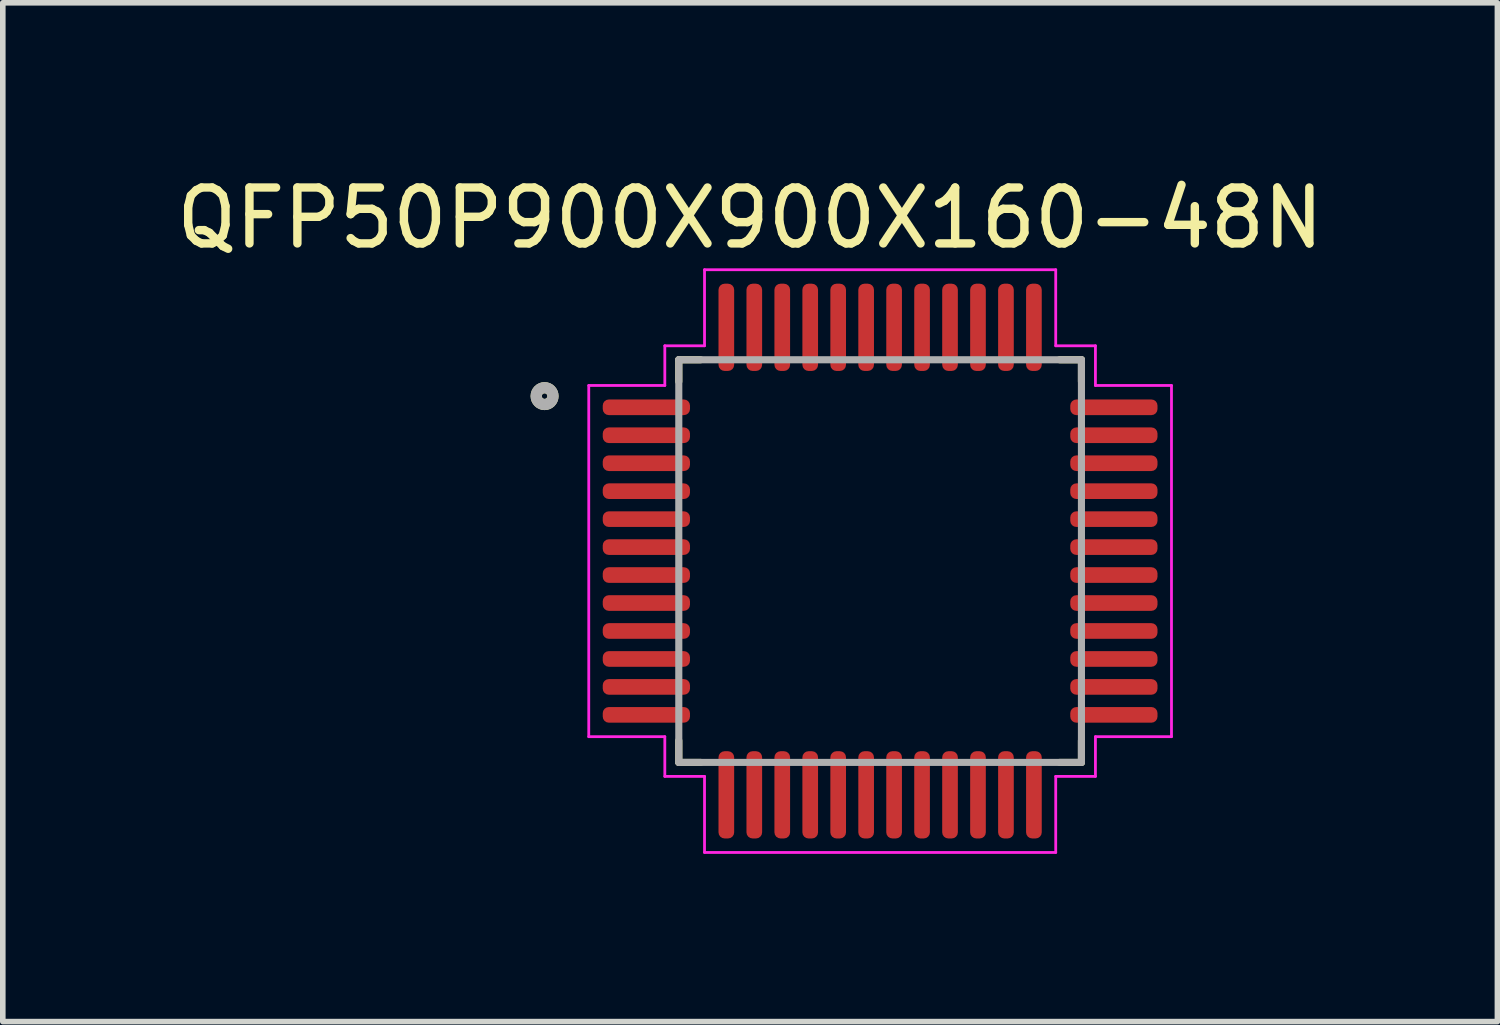
<source format=kicad_pcb>
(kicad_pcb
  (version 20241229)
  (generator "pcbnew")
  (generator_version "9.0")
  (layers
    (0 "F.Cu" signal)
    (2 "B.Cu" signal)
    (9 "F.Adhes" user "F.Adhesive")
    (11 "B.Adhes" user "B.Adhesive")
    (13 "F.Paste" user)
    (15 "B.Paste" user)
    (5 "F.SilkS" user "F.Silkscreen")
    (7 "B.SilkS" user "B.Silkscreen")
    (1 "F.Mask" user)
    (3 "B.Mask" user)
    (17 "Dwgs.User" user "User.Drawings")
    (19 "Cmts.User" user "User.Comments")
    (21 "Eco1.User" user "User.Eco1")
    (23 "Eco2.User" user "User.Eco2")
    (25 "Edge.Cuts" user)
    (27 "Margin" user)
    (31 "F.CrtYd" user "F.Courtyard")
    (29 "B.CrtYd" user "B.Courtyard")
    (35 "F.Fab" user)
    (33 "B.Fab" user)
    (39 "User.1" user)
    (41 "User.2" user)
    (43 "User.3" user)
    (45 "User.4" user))
  (footprint "QFP50P900X900X160-48N"
    (layer "F.Cu")
    (at 12.688 6.983)
    (property "Reference" "QFP50P900X900X160-48N" (at -2.325 -6.135 0) (layer "F.SilkS") (effects (font (size 1 1) (thickness 0.15))))
    (attr through_hole)
    (fp_line (start -3.6 -3.6) (end -3.6 -3.21) (stroke (width 0.127) (type solid)) (layer "F.SilkS"))
    (fp_line (start -3.6 3.21) (end -3.6 3.6) (stroke (width 0.127) (type solid)) (layer "F.SilkS"))
    (fp_line (start -3.6 3.6) (end -3.21 3.6) (stroke (width 0.127) (type solid)) (layer "F.SilkS"))
    (fp_line (start -3.21 -3.6) (end -3.6 -3.6) (stroke (width 0.127) (type solid)) (layer "F.SilkS"))
    (fp_line (start 3.21 3.6) (end 3.6 3.6) (stroke (width 0.127) (type solid)) (layer "F.SilkS"))
    (fp_line (start 3.6 -3.6) (end 3.21 -3.6) (stroke (width 0.127) (type solid)) (layer "F.SilkS"))
    (fp_line (start 3.6 -3.21) (end 3.6 -3.6) (stroke (width 0.127) (type solid)) (layer "F.SilkS"))
    (fp_line (start 3.6 3.6) (end 3.6 3.21) (stroke (width 0.127) (type solid)) (layer "F.SilkS"))
    (fp_circle (center -6 -2.95) (end -5.85 -2.95) (stroke (width 0.2) (type solid)) (fill no) (layer "F.SilkS"))
    (fp_line (start -5.21 -3.14) (end -3.85 -3.14) (stroke (width 0.05) (type solid)) (layer "F.CrtYd"))
    (fp_line (start -5.21 3.14) (end -5.21 -3.14) (stroke (width 0.05) (type solid)) (layer "F.CrtYd"))
    (fp_line (start -3.85 -3.85) (end -3.14 -3.85) (stroke (width 0.05) (type solid)) (layer "F.CrtYd"))
    (fp_line (start -3.85 -3.14) (end -3.85 -3.85) (stroke (width 0.05) (type solid)) (layer "F.CrtYd"))
    (fp_line (start -3.85 3.14) (end -5.21 3.14) (stroke (width 0.05) (type solid)) (layer "F.CrtYd"))
    (fp_line (start -3.85 3.85) (end -3.85 3.14) (stroke (width 0.05) (type solid)) (layer "F.CrtYd"))
    (fp_line (start -3.14 -5.21) (end 3.14 -5.21) (stroke (width 0.05) (type solid)) (layer "F.CrtYd"))
    (fp_line (start -3.14 -3.85) (end -3.14 -5.21) (stroke (width 0.05) (type solid)) (layer "F.CrtYd"))
    (fp_line (start -3.14 3.85) (end -3.85 3.85) (stroke (width 0.05) (type solid)) (layer "F.CrtYd"))
    (fp_line (start -3.14 5.21) (end -3.14 3.85) (stroke (width 0.05) (type solid)) (layer "F.CrtYd"))
    (fp_line (start 3.14 -5.21) (end 3.14 -3.85) (stroke (width 0.05) (type solid)) (layer "F.CrtYd"))
    (fp_line (start 3.14 -3.85) (end 3.85 -3.85) (stroke (width 0.05) (type solid)) (layer "F.CrtYd"))
    (fp_line (start 3.14 3.85) (end 3.14 5.21) (stroke (width 0.05) (type solid)) (layer "F.CrtYd"))
    (fp_line (start 3.14 5.21) (end -3.14 5.21) (stroke (width 0.05) (type solid)) (layer "F.CrtYd"))
    (fp_line (start 3.85 -3.85) (end 3.85 -3.14) (stroke (width 0.05) (type solid)) (layer "F.CrtYd"))
    (fp_line (start 3.85 -3.14) (end 5.21 -3.14) (stroke (width 0.05) (type solid)) (layer "F.CrtYd"))
    (fp_line (start 3.85 3.14) (end 3.85 3.85) (stroke (width 0.05) (type solid)) (layer "F.CrtYd"))
    (fp_line (start 3.85 3.85) (end 3.14 3.85) (stroke (width 0.05) (type solid)) (layer "F.CrtYd"))
    (fp_line (start 5.21 -3.14) (end 5.21 3.14) (stroke (width 0.05) (type solid)) (layer "F.CrtYd"))
    (fp_line (start 5.21 3.14) (end 3.85 3.14) (stroke (width 0.05) (type solid)) (layer "F.CrtYd"))
    (fp_line (start -3.6 -3.6) (end 3.6 -3.6) (stroke (width 0.127) (type solid)) (layer "F.Fab"))
    (fp_line (start -3.6 3.6) (end -3.6 -3.6) (stroke (width 0.127) (type solid)) (layer "F.Fab"))
    (fp_line (start 3.6 -3.6) (end 3.6 3.6) (stroke (width 0.127) (type solid)) (layer "F.Fab"))
    (fp_line (start 3.6 3.6) (end -3.6 3.6) (stroke (width 0.127) (type solid)) (layer "F.Fab"))
    (fp_circle (center -6 -2.95) (end -5.85 -2.95) (stroke (width 0.2) (type solid)) (fill no) (layer "F.Fab"))
    (pad "1" smd roundrect (at -4.18 -2.75 90) (size 0.28 1.56) (layers "F.Cu" "F.Mask" "F.Paste") (roundrect_rratio 0.39))
    (pad "2" smd roundrect (at -4.18 -2.25 90) (size 0.28 1.56) (layers "F.Cu" "F.Mask" "F.Paste") (roundrect_rratio 0.39))
    (pad "3" smd roundrect (at -4.18 -1.75 90) (size 0.28 1.56) (layers "F.Cu" "F.Mask" "F.Paste") (roundrect_rratio 0.39))
    (pad "4" smd roundrect (at -4.18 -1.25 90) (size 0.28 1.56) (layers "F.Cu" "F.Mask" "F.Paste") (roundrect_rratio 0.39))
    (pad "5" smd roundrect (at -4.18 -0.75 90) (size 0.28 1.56) (layers "F.Cu" "F.Mask" "F.Paste") (roundrect_rratio 0.39))
    (pad "6" smd roundrect (at -4.18 -0.25 90) (size 0.28 1.56) (layers "F.Cu" "F.Mask" "F.Paste") (roundrect_rratio 0.39))
    (pad "7" smd roundrect (at -4.18 0.25 90) (size 0.28 1.56) (layers "F.Cu" "F.Mask" "F.Paste") (roundrect_rratio 0.39))
    (pad "8" smd roundrect (at -4.18 0.75 90) (size 0.28 1.56) (layers "F.Cu" "F.Mask" "F.Paste") (roundrect_rratio 0.39))
    (pad "9" smd roundrect (at -4.18 1.25 90) (size 0.28 1.56) (layers "F.Cu" "F.Mask" "F.Paste") (roundrect_rratio 0.39))
    (pad "10" smd roundrect (at -4.18 1.75 90) (size 0.28 1.56) (layers "F.Cu" "F.Mask" "F.Paste") (roundrect_rratio 0.39))
    (pad "11" smd roundrect (at -4.18 2.25 90) (size 0.28 1.56) (layers "F.Cu" "F.Mask" "F.Paste") (roundrect_rratio 0.39))
    (pad "12" smd roundrect (at -4.18 2.75 90) (size 0.28 1.56) (layers "F.Cu" "F.Mask" "F.Paste") (roundrect_rratio 0.39))
    (pad "13" smd roundrect (at -2.75 4.18) (size 0.28 1.56) (layers "F.Cu" "F.Mask" "F.Paste") (roundrect_rratio 0.39))
    (pad "14" smd roundrect (at -2.25 4.18) (size 0.28 1.56) (layers "F.Cu" "F.Mask" "F.Paste") (roundrect_rratio 0.39))
    (pad "15" smd roundrect (at -1.75 4.18) (size 0.28 1.56) (layers "F.Cu" "F.Mask" "F.Paste") (roundrect_rratio 0.39))
    (pad "16" smd roundrect (at -1.25 4.18) (size 0.28 1.56) (layers "F.Cu" "F.Mask" "F.Paste") (roundrect_rratio 0.39))
    (pad "17" smd roundrect (at -0.75 4.18) (size 0.28 1.56) (layers "F.Cu" "F.Mask" "F.Paste") (roundrect_rratio 0.39))
    (pad "18" smd roundrect (at -0.25 4.18) (size 0.28 1.56) (layers "F.Cu" "F.Mask" "F.Paste") (roundrect_rratio 0.39))
    (pad "19" smd roundrect (at 0.25 4.18) (size 0.28 1.56) (layers "F.Cu" "F.Mask" "F.Paste") (roundrect_rratio 0.39))
    (pad "20" smd roundrect (at 0.75 4.18) (size 0.28 1.56) (layers "F.Cu" "F.Mask" "F.Paste") (roundrect_rratio 0.39))
    (pad "21" smd roundrect (at 1.25 4.18) (size 0.28 1.56) (layers "F.Cu" "F.Mask" "F.Paste") (roundrect_rratio 0.39))
    (pad "22" smd roundrect (at 1.75 4.18) (size 0.28 1.56) (layers "F.Cu" "F.Mask" "F.Paste") (roundrect_rratio 0.39))
    (pad "23" smd roundrect (at 2.25 4.18) (size 0.28 1.56) (layers "F.Cu" "F.Mask" "F.Paste") (roundrect_rratio 0.39))
    (pad "24" smd roundrect (at 2.75 4.18) (size 0.28 1.56) (layers "F.Cu" "F.Mask" "F.Paste") (roundrect_rratio 0.39))
    (pad "25" smd roundrect (at 4.18 2.75 90) (size 0.28 1.56) (layers "F.Cu" "F.Mask" "F.Paste") (roundrect_rratio 0.39))
    (pad "26" smd roundrect (at 4.18 2.25 90) (size 0.28 1.56) (layers "F.Cu" "F.Mask" "F.Paste") (roundrect_rratio 0.39))
    (pad "27" smd roundrect (at 4.18 1.75 90) (size 0.28 1.56) (layers "F.Cu" "F.Mask" "F.Paste") (roundrect_rratio 0.39))
    (pad "28" smd roundrect (at 4.18 1.25 90) (size 0.28 1.56) (layers "F.Cu" "F.Mask" "F.Paste") (roundrect_rratio 0.39))
    (pad "29" smd roundrect (at 4.18 0.75 90) (size 0.28 1.56) (layers "F.Cu" "F.Mask" "F.Paste") (roundrect_rratio 0.39))
    (pad "30" smd roundrect (at 4.18 0.25 90) (size 0.28 1.56) (layers "F.Cu" "F.Mask" "F.Paste") (roundrect_rratio 0.39))
    (pad "31" smd roundrect (at 4.18 -0.25 90) (size 0.28 1.56) (layers "F.Cu" "F.Mask" "F.Paste") (roundrect_rratio 0.39))
    (pad "32" smd roundrect (at 4.18 -0.75 90) (size 0.28 1.56) (layers "F.Cu" "F.Mask" "F.Paste") (roundrect_rratio 0.39))
    (pad "33" smd roundrect (at 4.18 -1.25 90) (size 0.28 1.56) (layers "F.Cu" "F.Mask" "F.Paste") (roundrect_rratio 0.39))
    (pad "34" smd roundrect (at 4.18 -1.75 90) (size 0.28 1.56) (layers "F.Cu" "F.Mask" "F.Paste") (roundrect_rratio 0.39))
    (pad "35" smd roundrect (at 4.18 -2.25 90) (size 0.28 1.56) (layers "F.Cu" "F.Mask" "F.Paste") (roundrect_rratio 0.39))
    (pad "36" smd roundrect (at 4.18 -2.75 90) (size 0.28 1.56) (layers "F.Cu" "F.Mask" "F.Paste") (roundrect_rratio 0.39))
    (pad "37" smd roundrect (at 2.75 -4.18) (size 0.28 1.56) (layers "F.Cu" "F.Mask" "F.Paste") (roundrect_rratio 0.39))
    (pad "38" smd roundrect (at 2.25 -4.18) (size 0.28 1.56) (layers "F.Cu" "F.Mask" "F.Paste") (roundrect_rratio 0.39))
    (pad "39" smd roundrect (at 1.75 -4.18) (size 0.28 1.56) (layers "F.Cu" "F.Mask" "F.Paste") (roundrect_rratio 0.39))
    (pad "40" smd roundrect (at 1.25 -4.18) (size 0.28 1.56) (layers "F.Cu" "F.Mask" "F.Paste") (roundrect_rratio 0.39))
    (pad "41" smd roundrect (at 0.75 -4.18) (size 0.28 1.56) (layers "F.Cu" "F.Mask" "F.Paste") (roundrect_rratio 0.39))
    (pad "42" smd roundrect (at 0.25 -4.18) (size 0.28 1.56) (layers "F.Cu" "F.Mask" "F.Paste") (roundrect_rratio 0.39))
    (pad "43" smd roundrect (at -0.25 -4.18) (size 0.28 1.56) (layers "F.Cu" "F.Mask" "F.Paste") (roundrect_rratio 0.39))
    (pad "44" smd roundrect (at -0.75 -4.18) (size 0.28 1.56) (layers "F.Cu" "F.Mask" "F.Paste") (roundrect_rratio 0.39))
    (pad "45" smd roundrect (at -1.25 -4.18) (size 0.28 1.56) (layers "F.Cu" "F.Mask" "F.Paste") (roundrect_rratio 0.39))
    (pad "46" smd roundrect (at -1.75 -4.18) (size 0.28 1.56) (layers "F.Cu" "F.Mask" "F.Paste") (roundrect_rratio 0.39))
    (pad "47" smd roundrect (at -2.25 -4.18) (size 0.28 1.56) (layers "F.Cu" "F.Mask" "F.Paste") (roundrect_rratio 0.39))
    (pad "48" smd roundrect (at -2.75 -4.18) (size 0.28 1.56) (layers "F.Cu" "F.Mask" "F.Paste") (roundrect_rratio 0.39)))
  (gr_rect
    (start -3 -3)
    (end 23.726 15.218)
    (stroke (width 0.1) (type default))
    (fill no)
    (layer "Edge.Cuts")))
</source>
